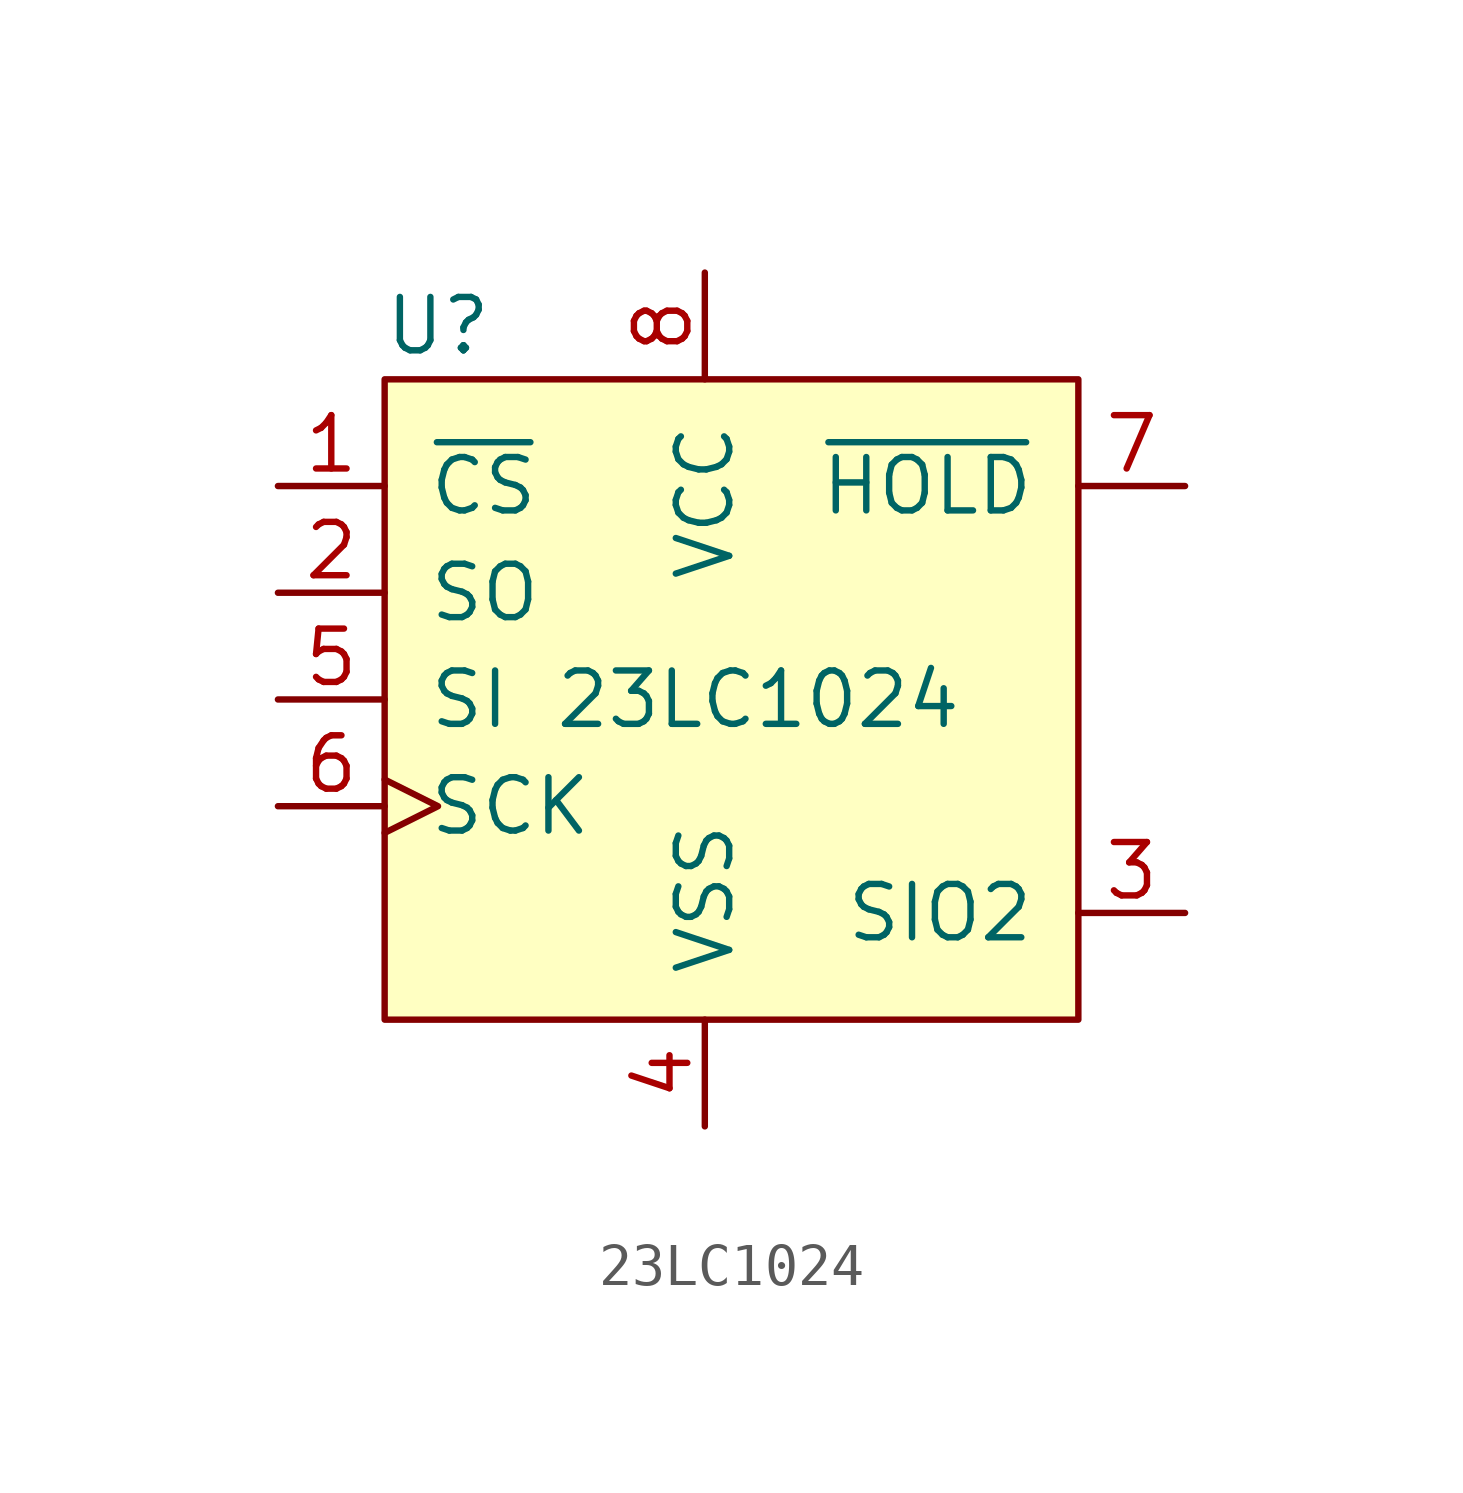
<source format=kicad_sym>
(kicad_symbol_lib
  (version 20211014)
  (generator kicad_symbol_editor)
  (symbol "23LC1024"
    (pin_names
      (offset 1.016))
    (property "Reference" "U"
      (at -6.35 8.89 0)
      (effects (font (size 1.27 1.27))))
    (property "Value" "23LC1024"
      (at 1.27 0 0)
      (effects (font (size 1.27 1.27))))
    (symbol "23LC1024_0_1"
      (rectangle (start -7.62 -7.62) (end 8.89 7.62) (stroke (width 0) (type default) (color 0 0 0 0)) (fill (type background))))
    (symbol "23LC1024_1_1"
      (pin input line (at -10.16 5.08 0) (length 2.54) (name "~{CS}" (effects (font (size 1.27 1.27)))) (number "1" (effects (font (size 1.27 1.27)))))
      (pin output line (at -10.16 2.54 0) (length 2.54) (name "SO" (effects (font (size 1.27 1.27)))) (number "2" (effects (font (size 1.27 1.27)))))
      (pin input line (at 11.43 -5.08 180) (length 2.54) (name "SIO2" (effects (font (size 1.27 1.27)))) (number "3" (effects (font (size 1.27 1.27)))))
      (pin power_in line (at 0 -10.16 90) (length 2.54) (name "VSS" (effects (font (size 1.27 1.27)))) (number "4" (effects (font (size 1.27 1.27)))))
      (pin output line (at -10.16 0 0) (length 2.54) (name "SI" (effects (font (size 1.27 1.27)))) (number "5" (effects (font (size 1.27 1.27)))))
      (pin input clock (at -10.16 -2.54 0) (length 2.54) (name "SCK" (effects (font (size 1.27 1.27)))) (number "6" (effects (font (size 1.27 1.27)))))
      (pin input line (at 11.43 5.08 180) (length 2.54) (name "~{HOLD}" (effects (font (size 1.27 1.27)))) (number "7" (effects (font (size 1.27 1.27)))))
      (pin power_in line (at 0 10.16 270) (length 2.54) (name "VCC" (effects (font (size 1.27 1.27)))) (number "8" (effects (font (size 1.27 1.27))))))))
</source>
